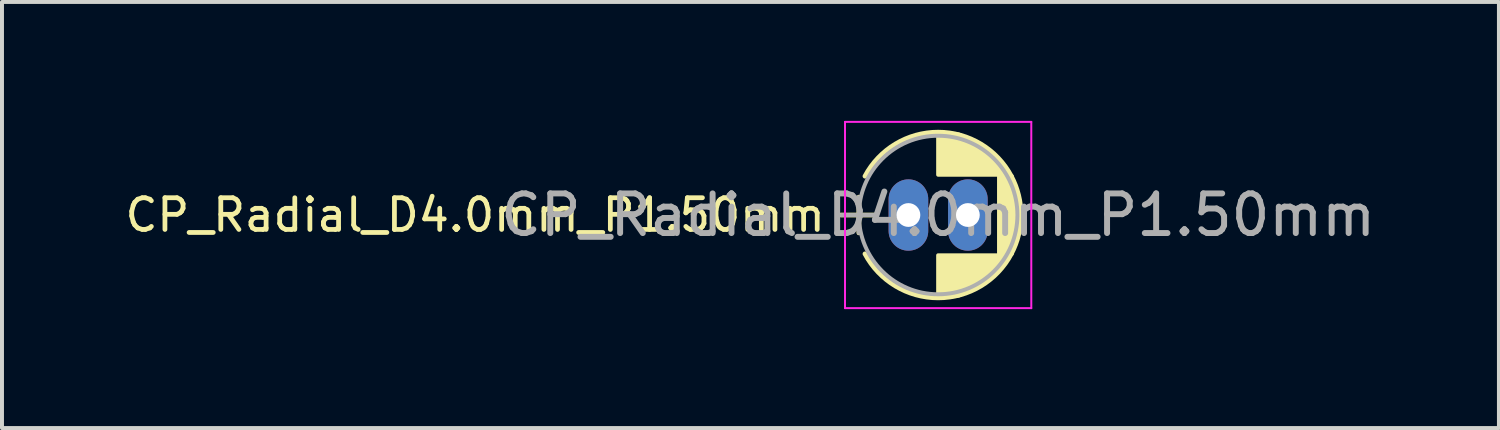
<source format=kicad_pcb>
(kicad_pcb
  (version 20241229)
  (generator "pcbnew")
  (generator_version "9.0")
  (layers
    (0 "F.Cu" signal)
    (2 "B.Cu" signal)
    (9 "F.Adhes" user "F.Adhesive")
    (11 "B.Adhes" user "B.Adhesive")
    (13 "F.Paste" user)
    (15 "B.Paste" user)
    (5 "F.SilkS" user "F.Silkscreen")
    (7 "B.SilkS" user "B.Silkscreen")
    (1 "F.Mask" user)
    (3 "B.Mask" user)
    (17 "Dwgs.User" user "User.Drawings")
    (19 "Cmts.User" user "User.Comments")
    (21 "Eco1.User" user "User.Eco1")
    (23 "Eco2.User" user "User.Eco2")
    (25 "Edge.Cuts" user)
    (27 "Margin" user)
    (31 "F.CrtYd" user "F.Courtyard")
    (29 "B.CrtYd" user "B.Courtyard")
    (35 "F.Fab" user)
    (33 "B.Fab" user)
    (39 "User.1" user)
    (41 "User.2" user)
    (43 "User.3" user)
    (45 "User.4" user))
  (footprint "CP_Radial_D4.0mm_P1.50mm"
    (layer "F.Cu")
    (at 19.87 2.375)
    (property "Reference" "CP_Radial_D4.0mm_P1.50mm" (at -2.032 0 0) (layer "F.SilkS") (effects (font (size 0.8 0.8) (thickness 0.12)) (justify right)))
    (attr through_hole)
    (fp_line (start -1.7 0) (end -0.8 0) (stroke (width 0.12) (type solid)) (layer "F.SilkS"))
    (fp_line (start -1.25 -0.45) (end -1.25 0.45) (stroke (width 0.12) (type solid)) (layer "F.SilkS"))
    (fp_arc (start -1.095996 -0.98) (mid 0.75047 -2.09) (end 2.596436 -0.97917) (stroke (width 0.12) (type solid)) (layer "F.SilkS"))
    (fp_arc (start 2.595996 -0.98) (mid 2.84 -0.00047) (end 2.596436 0.97917) (stroke (width 0.12) (type solid)) (layer "F.SilkS"))
    (fp_arc (start 2.596436 0.97917) (mid 0.75047 2.09) (end -1.095996 0.98) (stroke (width 0.12) (type solid)) (layer "F.SilkS"))
    (fp_poly (pts (xy 1.27 -2.032) (xy 1.778 -1.778) (xy 2.596 -0.98) (xy 2.84 -0.00047) (xy 2.596 0.979) (xy 1.778 1.778) (xy 1.27 2.032) (xy 0.75 2.09) (xy 0.75 1.016) (xy 2.286 1.016) (xy 2.286 -1.016) (xy 0.75 -1.016) (xy 0.75 -2.09)) (stroke (width 0.1) (type solid)) (fill yes) (layer "F.SilkS"))
    (fp_line (start -1.6 -2.35) (end -1.6 2.35) (stroke (width 0.05) (type solid)) (layer "F.CrtYd"))
    (fp_line (start -1.6 2.35) (end 3.1 2.35) (stroke (width 0.05) (type solid)) (layer "F.CrtYd"))
    (fp_line (start 3.1 -2.35) (end -1.6 -2.35) (stroke (width 0.05) (type solid)) (layer "F.CrtYd"))
    (fp_line (start 3.1 2.35) (end 3.1 -2.35) (stroke (width 0.05) (type solid)) (layer "F.CrtYd"))
    (fp_line (start -1.7 0) (end -0.8 0) (stroke (width 0.1) (type solid)) (layer "F.Fab"))
    (fp_line (start -1.25 -0.45) (end -1.25 0.45) (stroke (width 0.1) (type solid)) (layer "F.Fab"))
    (fp_circle (center 0.75 0) (end 2.75 0) (stroke (width 0.1) (type solid)) (fill no) (layer "F.Fab"))
    (fp_text user "${REFERENCE}" (at 0.75 0 0) (layer "F.Fab") (effects (font (size 1 1) (thickness 0.15))))
    (pad "1" thru_hole oval (at 0 0) (size 1 1.8) (drill 0.6) (layers "*.Cu" "*.Mask"))
    (pad "2" thru_hole oval (at 1.5 0) (size 1 1.8) (drill 0.6) (layers "*.Cu" "*.Mask")))
  (gr_rect
    (start -3 -3)
    (end 34.769 7.75)
    (stroke (width 0.1) (type default))
    (fill no)
    (layer "Edge.Cuts")))
</source>
